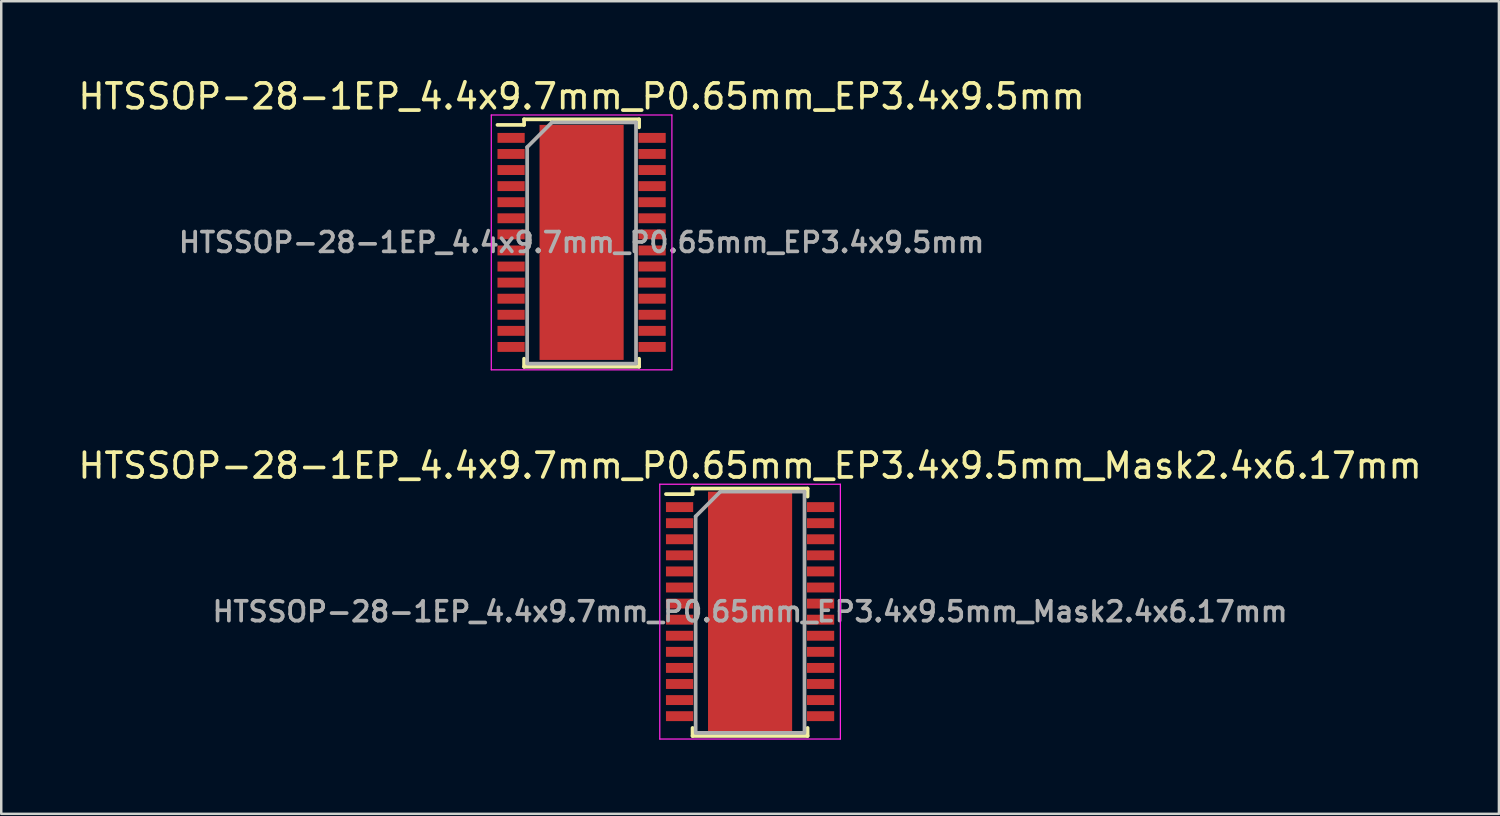
<source format=kicad_pcb>
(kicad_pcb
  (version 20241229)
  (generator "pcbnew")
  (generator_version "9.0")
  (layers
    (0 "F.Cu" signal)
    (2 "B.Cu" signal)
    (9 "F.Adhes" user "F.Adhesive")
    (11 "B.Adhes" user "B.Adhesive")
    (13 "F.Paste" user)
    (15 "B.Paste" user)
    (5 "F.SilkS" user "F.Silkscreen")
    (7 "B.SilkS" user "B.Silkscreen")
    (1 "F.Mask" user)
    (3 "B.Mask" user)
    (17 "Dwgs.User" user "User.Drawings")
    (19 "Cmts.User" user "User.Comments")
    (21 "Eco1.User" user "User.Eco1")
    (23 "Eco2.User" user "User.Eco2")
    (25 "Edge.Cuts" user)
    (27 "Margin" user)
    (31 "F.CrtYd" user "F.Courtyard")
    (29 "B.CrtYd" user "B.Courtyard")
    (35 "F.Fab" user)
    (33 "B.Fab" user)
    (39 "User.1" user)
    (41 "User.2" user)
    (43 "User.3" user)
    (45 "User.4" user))
  (footprint "HTSSOP-28-1EP_4.4x9.7mm_P0.65mm_EP3.4x9.5mm"
    (layer "F.Cu")
    (at 20.458 6.748)
    (property "Reference" "HTSSOP-28-1EP_4.4x9.7mm_P0.65mm_EP3.4x9.5mm" (at 0 -5.9 0) (layer "F.SilkS") (effects (font (size 1 1) (thickness 0.15))))
    (attr smd)
    (fp_line (start -2.325 -4.975) (end -2.325 -4.75) (stroke (width 0.15) (type solid)) (layer "F.SilkS"))
    (fp_line (start -2.325 -4.975) (end 2.325 -4.975) (stroke (width 0.15) (type solid)) (layer "F.SilkS"))
    (fp_line (start -2.325 -4.75) (end -3.4 -4.75) (stroke (width 0.15) (type solid)) (layer "F.SilkS"))
    (fp_line (start -2.325 5.026) (end -2.325 4.701) (stroke (width 0.15) (type solid)) (layer "F.SilkS"))
    (fp_line (start -2.325 5.026) (end 2.325 5.026) (stroke (width 0.15) (type solid)) (layer "F.SilkS"))
    (fp_line (start 2.325 -4.975) (end 2.325 -4.65) (stroke (width 0.15) (type solid)) (layer "F.SilkS"))
    (fp_line (start 2.325 5.026) (end 2.325 4.701) (stroke (width 0.15) (type solid)) (layer "F.SilkS"))
    (fp_line (start -3.65 -5.15) (end -3.65 5.15) (stroke (width 0.05) (type solid)) (layer "F.CrtYd"))
    (fp_line (start -3.65 -5.15) (end 3.65 -5.15) (stroke (width 0.05) (type solid)) (layer "F.CrtYd"))
    (fp_line (start -3.65 5.15) (end 3.65 5.15) (stroke (width 0.05) (type solid)) (layer "F.CrtYd"))
    (fp_line (start 3.65 -5.15) (end 3.65 5.15) (stroke (width 0.05) (type solid)) (layer "F.CrtYd"))
    (fp_line (start -2.2 -3.85) (end -1.2 -4.85) (stroke (width 0.15) (type solid)) (layer "F.Fab"))
    (fp_line (start -2.2 4.85) (end -2.2 -3.85) (stroke (width 0.15) (type solid)) (layer "F.Fab"))
    (fp_line (start -1.2 -4.85) (end 2.2 -4.85) (stroke (width 0.15) (type solid)) (layer "F.Fab"))
    (fp_line (start 2.2 -4.85) (end 2.2 4.85) (stroke (width 0.15) (type solid)) (layer "F.Fab"))
    (fp_line (start 2.2 4.901) (end -2.2 4.901) (stroke (width 0.15) (type solid)) (layer "F.Fab"))
    (fp_text user "${REFERENCE}" (at 0 0 0) (layer "F.Fab") (effects (font (size 0.8 0.8) (thickness 0.15))))
    (pad "" smd rect (at -0.85 -3.8) (size 1.4 1.6) (layers "F.Paste"))
    (pad "" smd rect (at -0.85 -1.9) (size 1.4 1.6) (layers "F.Paste"))
    (pad "" smd rect (at -0.85 0) (size 1.4 1.6) (layers "F.Paste"))
    (pad "" smd rect (at -0.85 1.9) (size 1.4 1.6) (layers "F.Paste"))
    (pad "" smd rect (at -0.85 3.8) (size 1.4 1.6) (layers "F.Paste"))
    (pad "" smd rect (at 0.85 -3.8) (size 1.4 1.6) (layers "F.Paste"))
    (pad "" smd rect (at 0.85 -1.9) (size 1.4 1.6) (layers "F.Paste"))
    (pad "" smd rect (at 0.85 0) (size 1.4 1.6) (layers "F.Paste"))
    (pad "" smd rect (at 0.85 1.9) (size 1.4 1.6) (layers "F.Paste"))
    (pad "" smd rect (at 0.85 3.8) (size 1.4 1.6) (layers "F.Paste"))
    (pad "1" smd rect (at -2.85 -4.225) (size 1.1 0.4) (layers "F.Cu" "F.Mask" "F.Paste"))
    (pad "2" smd rect (at -2.85 -3.575) (size 1.1 0.4) (layers "F.Cu" "F.Mask" "F.Paste"))
    (pad "3" smd rect (at -2.85 -2.925) (size 1.1 0.4) (layers "F.Cu" "F.Mask" "F.Paste"))
    (pad "4" smd rect (at -2.85 -2.275) (size 1.1 0.4) (layers "F.Cu" "F.Mask" "F.Paste"))
    (pad "5" smd rect (at -2.85 -1.625) (size 1.1 0.4) (layers "F.Cu" "F.Mask" "F.Paste"))
    (pad "6" smd rect (at -2.85 -0.975) (size 1.1 0.4) (layers "F.Cu" "F.Mask" "F.Paste"))
    (pad "7" smd rect (at -2.85 -0.325) (size 1.1 0.4) (layers "F.Cu" "F.Mask" "F.Paste"))
    (pad "8" smd rect (at -2.85 0.325) (size 1.1 0.4) (layers "F.Cu" "F.Mask" "F.Paste"))
    (pad "9" smd rect (at -2.85 0.975) (size 1.1 0.4) (layers "F.Cu" "F.Mask" "F.Paste"))
    (pad "10" smd rect (at -2.85 1.625) (size 1.1 0.4) (layers "F.Cu" "F.Mask" "F.Paste"))
    (pad "11" smd rect (at -2.85 2.275) (size 1.1 0.4) (layers "F.Cu" "F.Mask" "F.Paste"))
    (pad "12" smd rect (at -2.85 2.925) (size 1.1 0.4) (layers "F.Cu" "F.Mask" "F.Paste"))
    (pad "13" smd rect (at -2.85 3.575) (size 1.1 0.4) (layers "F.Cu" "F.Mask" "F.Paste"))
    (pad "14" smd rect (at -2.85 4.225) (size 1.1 0.4) (layers "F.Cu" "F.Mask" "F.Paste"))
    (pad "15" smd rect (at 2.85 4.225) (size 1.1 0.4) (layers "F.Cu" "F.Mask" "F.Paste"))
    (pad "16" smd rect (at 2.85 3.575) (size 1.1 0.4) (layers "F.Cu" "F.Mask" "F.Paste"))
    (pad "17" smd rect (at 2.85 2.925) (size 1.1 0.4) (layers "F.Cu" "F.Mask" "F.Paste"))
    (pad "18" smd rect (at 2.85 2.275) (size 1.1 0.4) (layers "F.Cu" "F.Mask" "F.Paste"))
    (pad "19" smd rect (at 2.85 1.625) (size 1.1 0.4) (layers "F.Cu" "F.Mask" "F.Paste"))
    (pad "20" smd rect (at 2.85 0.975) (size 1.1 0.4) (layers "F.Cu" "F.Mask" "F.Paste"))
    (pad "21" smd rect (at 2.85 0.325) (size 1.1 0.4) (layers "F.Cu" "F.Mask" "F.Paste"))
    (pad "22" smd rect (at 2.85 -0.325) (size 1.1 0.4) (layers "F.Cu" "F.Mask" "F.Paste"))
    (pad "23" smd rect (at 2.85 -0.975) (size 1.1 0.4) (layers "F.Cu" "F.Mask" "F.Paste"))
    (pad "24" smd rect (at 2.85 -1.625) (size 1.1 0.4) (layers "F.Cu" "F.Mask" "F.Paste"))
    (pad "25" smd rect (at 2.85 -2.275) (size 1.1 0.4) (layers "F.Cu" "F.Mask" "F.Paste"))
    (pad "26" smd rect (at 2.85 -2.925) (size 1.1 0.4) (layers "F.Cu" "F.Mask" "F.Paste"))
    (pad "27" smd rect (at 2.85 -3.575) (size 1.1 0.4) (layers "F.Cu" "F.Mask" "F.Paste"))
    (pad "28" smd rect (at 2.85 -4.225) (size 1.1 0.4) (layers "F.Cu" "F.Mask" "F.Paste"))
    (pad "29" smd rect (at 0 0) (size 3.4 9.5) (layers "F.Cu" "F.Mask")))
  (footprint "HTSSOP-28-1EP_4.4x9.7mm_P0.65mm_EP3.4x9.5mm_Mask2.4x6.17mm"
    (layer "F.Cu")
    (at 27.268 21.672)
    (property "Reference" "HTSSOP-28-1EP_4.4x9.7mm_P0.65mm_EP3.4x9.5mm_Mask2.4x6.17mm" (at 0 -5.9 0) (layer "F.SilkS") (effects (font (size 1 1) (thickness 0.15))))
    (attr smd)
    (fp_line (start -2.325 -4.975) (end -2.325 -4.75) (stroke (width 0.15) (type solid)) (layer "F.SilkS"))
    (fp_line (start -2.325 -4.975) (end 2.325 -4.975) (stroke (width 0.15) (type solid)) (layer "F.SilkS"))
    (fp_line (start -2.325 -4.75) (end -3.4 -4.75) (stroke (width 0.15) (type solid)) (layer "F.SilkS"))
    (fp_line (start -2.325 5.026) (end -2.325 4.701) (stroke (width 0.15) (type solid)) (layer "F.SilkS"))
    (fp_line (start -2.325 5.026) (end 2.325 5.026) (stroke (width 0.15) (type solid)) (layer "F.SilkS"))
    (fp_line (start 2.325 -4.975) (end 2.325 -4.65) (stroke (width 0.15) (type solid)) (layer "F.SilkS"))
    (fp_line (start 2.325 5.026) (end 2.325 4.701) (stroke (width 0.15) (type solid)) (layer "F.SilkS"))
    (fp_line (start -3.65 -5.15) (end -3.65 5.15) (stroke (width 0.05) (type solid)) (layer "F.CrtYd"))
    (fp_line (start -3.65 -5.15) (end 3.65 -5.15) (stroke (width 0.05) (type solid)) (layer "F.CrtYd"))
    (fp_line (start -3.65 5.15) (end 3.65 5.15) (stroke (width 0.05) (type solid)) (layer "F.CrtYd"))
    (fp_line (start 3.65 -5.15) (end 3.65 5.15) (stroke (width 0.05) (type solid)) (layer "F.CrtYd"))
    (fp_line (start -2.2 -3.85) (end -1.2 -4.85) (stroke (width 0.15) (type solid)) (layer "F.Fab"))
    (fp_line (start -2.2 4.85) (end -2.2 -3.85) (stroke (width 0.15) (type solid)) (layer "F.Fab"))
    (fp_line (start -1.2 -4.85) (end 2.2 -4.85) (stroke (width 0.15) (type solid)) (layer "F.Fab"))
    (fp_line (start 2.2 -4.85) (end 2.2 4.85) (stroke (width 0.15) (type solid)) (layer "F.Fab"))
    (fp_line (start 2.2 4.901) (end -2.2 4.901) (stroke (width 0.15) (type solid)) (layer "F.Fab"))
    (fp_text user "${REFERENCE}" (at 0 0 0) (layer "F.Fab") (effects (font (size 0.8 0.8) (thickness 0.15))))
    (pad "" smd rect (at -0.6 -2.468) (size 0.9 0.93) (layers "F.Paste"))
    (pad "" smd rect (at -0.6 -1.234) (size 0.9 0.93) (layers "F.Paste"))
    (pad "" smd rect (at -0.6 0) (size 0.9 0.93) (layers "F.Paste"))
    (pad "" smd rect (at -0.6 1.234) (size 0.9 0.93) (layers "F.Paste"))
    (pad "" smd rect (at -0.6 2.468) (size 0.9 0.93) (layers "F.Paste"))
    (pad "" smd rect (at 0 0) (size 2.4 6.17) (layers "F.Mask"))
    (pad "" smd rect (at 0.6 -2.468) (size 0.9 0.93) (layers "F.Paste"))
    (pad "" smd rect (at 0.6 -1.234) (size 0.9 0.93) (layers "F.Paste"))
    (pad "" smd rect (at 0.6 0) (size 0.9 0.93) (layers "F.Paste"))
    (pad "" smd rect (at 0.6 1.234) (size 0.9 0.93) (layers "F.Paste"))
    (pad "" smd rect (at 0.6 2.468) (size 0.9 0.93) (layers "F.Paste"))
    (pad "1" smd rect (at -2.85 -4.225) (size 1.1 0.4) (layers "F.Cu" "F.Mask" "F.Paste"))
    (pad "2" smd rect (at -2.85 -3.575) (size 1.1 0.4) (layers "F.Cu" "F.Mask" "F.Paste"))
    (pad "3" smd rect (at -2.85 -2.925) (size 1.1 0.4) (layers "F.Cu" "F.Mask" "F.Paste"))
    (pad "4" smd rect (at -2.85 -2.275) (size 1.1 0.4) (layers "F.Cu" "F.Mask" "F.Paste"))
    (pad "5" smd rect (at -2.85 -1.625) (size 1.1 0.4) (layers "F.Cu" "F.Mask" "F.Paste"))
    (pad "6" smd rect (at -2.85 -0.975) (size 1.1 0.4) (layers "F.Cu" "F.Mask" "F.Paste"))
    (pad "7" smd rect (at -2.85 -0.325) (size 1.1 0.4) (layers "F.Cu" "F.Mask" "F.Paste"))
    (pad "8" smd rect (at -2.85 0.325) (size 1.1 0.4) (layers "F.Cu" "F.Mask" "F.Paste"))
    (pad "9" smd rect (at -2.85 0.975) (size 1.1 0.4) (layers "F.Cu" "F.Mask" "F.Paste"))
    (pad "10" smd rect (at -2.85 1.625) (size 1.1 0.4) (layers "F.Cu" "F.Mask" "F.Paste"))
    (pad "11" smd rect (at -2.85 2.275) (size 1.1 0.4) (layers "F.Cu" "F.Mask" "F.Paste"))
    (pad "12" smd rect (at -2.85 2.925) (size 1.1 0.4) (layers "F.Cu" "F.Mask" "F.Paste"))
    (pad "13" smd rect (at -2.85 3.575) (size 1.1 0.4) (layers "F.Cu" "F.Mask" "F.Paste"))
    (pad "14" smd rect (at -2.85 4.225) (size 1.1 0.4) (layers "F.Cu" "F.Mask" "F.Paste"))
    (pad "15" smd rect (at 2.85 4.225) (size 1.1 0.4) (layers "F.Cu" "F.Mask" "F.Paste"))
    (pad "16" smd rect (at 2.85 3.575) (size 1.1 0.4) (layers "F.Cu" "F.Mask" "F.Paste"))
    (pad "17" smd rect (at 2.85 2.925) (size 1.1 0.4) (layers "F.Cu" "F.Mask" "F.Paste"))
    (pad "18" smd rect (at 2.85 2.275) (size 1.1 0.4) (layers "F.Cu" "F.Mask" "F.Paste"))
    (pad "19" smd rect (at 2.85 1.625) (size 1.1 0.4) (layers "F.Cu" "F.Mask" "F.Paste"))
    (pad "20" smd rect (at 2.85 0.975) (size 1.1 0.4) (layers "F.Cu" "F.Mask" "F.Paste"))
    (pad "21" smd rect (at 2.85 0.325) (size 1.1 0.4) (layers "F.Cu" "F.Mask" "F.Paste"))
    (pad "22" smd rect (at 2.85 -0.325) (size 1.1 0.4) (layers "F.Cu" "F.Mask" "F.Paste"))
    (pad "23" smd rect (at 2.85 -0.975) (size 1.1 0.4) (layers "F.Cu" "F.Mask" "F.Paste"))
    (pad "24" smd rect (at 2.85 -1.625) (size 1.1 0.4) (layers "F.Cu" "F.Mask" "F.Paste"))
    (pad "25" smd rect (at 2.85 -2.275) (size 1.1 0.4) (layers "F.Cu" "F.Mask" "F.Paste"))
    (pad "26" smd rect (at 2.85 -2.925) (size 1.1 0.4) (layers "F.Cu" "F.Mask" "F.Paste"))
    (pad "27" smd rect (at 2.85 -3.575) (size 1.1 0.4) (layers "F.Cu" "F.Mask" "F.Paste"))
    (pad "28" smd rect (at 2.85 -4.225) (size 1.1 0.4) (layers "F.Cu" "F.Mask" "F.Paste"))
    (pad "29" smd rect (at 0 0) (size 3.4 9.7) (layers "F.Cu")))
  (gr_rect
    (start -3 -3)
    (end 57.536 29.846)
    (stroke (width 0.1) (type default))
    (fill no)
    (layer "Edge.Cuts")))
</source>
